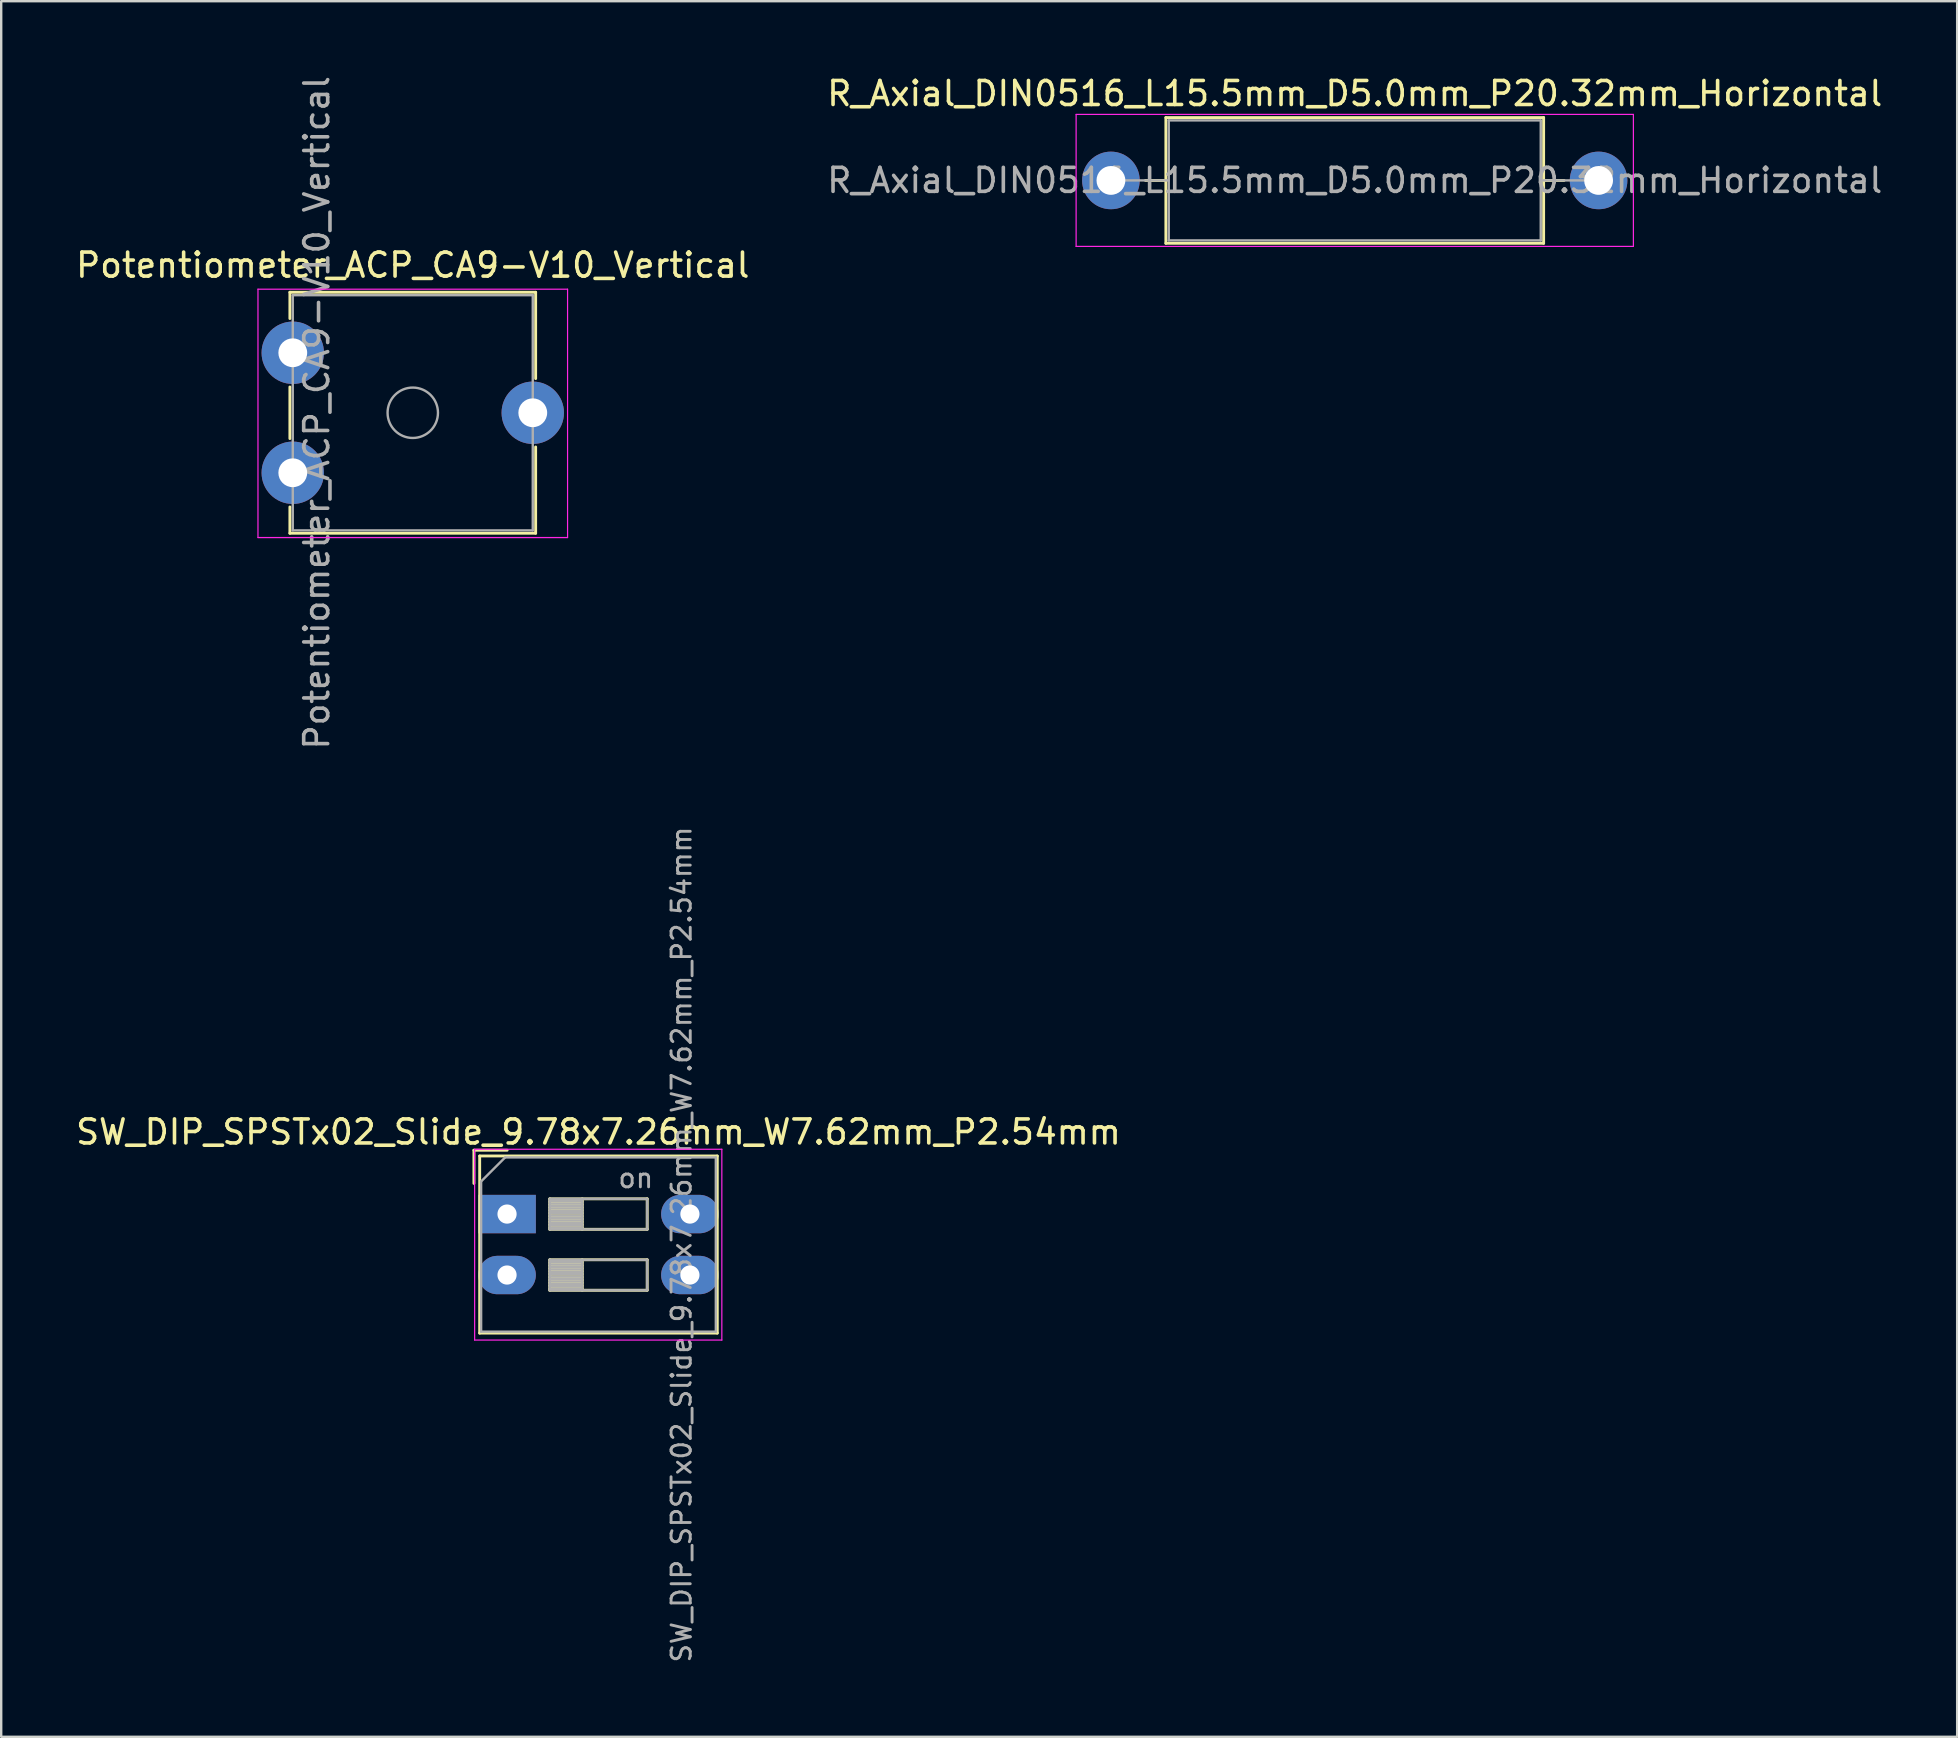
<source format=kicad_pcb>
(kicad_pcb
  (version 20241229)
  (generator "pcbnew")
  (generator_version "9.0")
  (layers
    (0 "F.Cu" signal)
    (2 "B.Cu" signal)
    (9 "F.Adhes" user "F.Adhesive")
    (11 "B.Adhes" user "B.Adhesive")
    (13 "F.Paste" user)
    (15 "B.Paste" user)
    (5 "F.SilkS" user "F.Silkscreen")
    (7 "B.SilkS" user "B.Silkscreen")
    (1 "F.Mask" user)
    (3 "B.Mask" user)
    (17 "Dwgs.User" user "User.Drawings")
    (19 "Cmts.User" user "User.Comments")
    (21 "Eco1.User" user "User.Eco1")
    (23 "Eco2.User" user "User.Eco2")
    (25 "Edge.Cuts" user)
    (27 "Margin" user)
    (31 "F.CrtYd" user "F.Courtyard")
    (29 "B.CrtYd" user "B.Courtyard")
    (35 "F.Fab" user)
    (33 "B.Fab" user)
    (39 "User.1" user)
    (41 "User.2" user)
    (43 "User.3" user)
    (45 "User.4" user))
  (footprint "R_Axial_DIN0516_L15.5mm_D5.0mm_P20.32mm_Horizontal"
    (layer "F.Cu")
    (at 43.239 4.468)
    (property "Reference" "R_Axial_DIN0516_L15.5mm_D5.0mm_P20.32mm_Horizontal" (at 10.16 -3.62 0) (layer "F.SilkS") (effects (font (size 1 1) (thickness 0.15))))
    (attr through_hole)
    (fp_line (start 1.44 0) (end 2.29 0) (stroke (width 0.12) (type solid)) (layer "F.SilkS"))
    (fp_line (start 2.29 -2.62) (end 2.29 2.62) (stroke (width 0.12) (type solid)) (layer "F.SilkS"))
    (fp_line (start 2.29 2.62) (end 18.03 2.62) (stroke (width 0.12) (type solid)) (layer "F.SilkS"))
    (fp_line (start 18.03 -2.62) (end 2.29 -2.62) (stroke (width 0.12) (type solid)) (layer "F.SilkS"))
    (fp_line (start 18.03 2.62) (end 18.03 -2.62) (stroke (width 0.12) (type solid)) (layer "F.SilkS"))
    (fp_line (start 18.88 0) (end 18.03 0) (stroke (width 0.12) (type solid)) (layer "F.SilkS"))
    (fp_line (start -1.45 -2.75) (end -1.45 2.75) (stroke (width 0.05) (type solid)) (layer "F.CrtYd"))
    (fp_line (start -1.45 2.75) (end 21.77 2.75) (stroke (width 0.05) (type solid)) (layer "F.CrtYd"))
    (fp_line (start 21.77 -2.75) (end -1.45 -2.75) (stroke (width 0.05) (type solid)) (layer "F.CrtYd"))
    (fp_line (start 21.77 2.75) (end 21.77 -2.75) (stroke (width 0.05) (type solid)) (layer "F.CrtYd"))
    (fp_line (start 0 0) (end 2.41 0) (stroke (width 0.1) (type solid)) (layer "F.Fab"))
    (fp_line (start 2.41 -2.5) (end 2.41 2.5) (stroke (width 0.1) (type solid)) (layer "F.Fab"))
    (fp_line (start 2.41 2.5) (end 17.91 2.5) (stroke (width 0.1) (type solid)) (layer "F.Fab"))
    (fp_line (start 17.91 -2.5) (end 2.41 -2.5) (stroke (width 0.1) (type solid)) (layer "F.Fab"))
    (fp_line (start 17.91 2.5) (end 17.91 -2.5) (stroke (width 0.1) (type solid)) (layer "F.Fab"))
    (fp_line (start 20.32 0) (end 17.91 0) (stroke (width 0.1) (type solid)) (layer "F.Fab"))
    (fp_text user "${REFERENCE}" (at 10.16 0 0) (layer "F.Fab") (effects (font (size 1 1) (thickness 0.15))))
    (pad "1" thru_hole circle (at 0 0) (size 2.4 2.4) (drill 1.2) (layers "*.Cu" "*.Mask"))
    (pad "2" thru_hole oval (at 20.32 0) (size 2.4 2.4) (drill 1.2) (layers "*.Cu" "*.Mask")))
  (footprint "SW_DIP_SPSTx02_Slide_9.78x7.26mm_W7.62mm_P2.54mm"
    (layer "F.Cu")
    (at 18.077 47.537)
    (property "Reference" "SW_DIP_SPSTx02_Slide_9.78x7.26mm_W7.62mm_P2.54mm" (at 3.81 -3.42 0) (layer "F.SilkS") (effects (font (size 1 1) (thickness 0.15))))
    (attr through_hole)
    (fp_line (start -1.38 -2.66) (end -1.38 -1.277) (stroke (width 0.12) (type solid)) (layer "F.SilkS"))
    (fp_line (start -1.38 -2.66) (end 0.004 -2.66) (stroke (width 0.12) (type solid)) (layer "F.SilkS"))
    (fp_line (start -1.14 -2.42) (end -1.14 4.96) (stroke (width 0.12) (type solid)) (layer "F.SilkS"))
    (fp_line (start -1.14 -2.42) (end 8.76 -2.42) (stroke (width 0.12) (type solid)) (layer "F.SilkS"))
    (fp_line (start -1.14 4.96) (end 8.76 4.96) (stroke (width 0.12) (type solid)) (layer "F.SilkS"))
    (fp_line (start 1.78 -0.635) (end 1.78 0.635) (stroke (width 0.12) (type solid)) (layer "F.SilkS"))
    (fp_line (start 1.78 -0.515) (end 3.133 -0.515) (stroke (width 0.12) (type solid)) (layer "F.SilkS"))
    (fp_line (start 1.78 -0.395) (end 3.133 -0.395) (stroke (width 0.12) (type solid)) (layer "F.SilkS"))
    (fp_line (start 1.78 -0.275) (end 3.133 -0.275) (stroke (width 0.12) (type solid)) (layer "F.SilkS"))
    (fp_line (start 1.78 -0.155) (end 3.133 -0.155) (stroke (width 0.12) (type solid)) (layer "F.SilkS"))
    (fp_line (start 1.78 -0.035) (end 3.133 -0.035) (stroke (width 0.12) (type solid)) (layer "F.SilkS"))
    (fp_line (start 1.78 0.085) (end 3.133 0.085) (stroke (width 0.12) (type solid)) (layer "F.SilkS"))
    (fp_line (start 1.78 0.205) (end 3.133 0.205) (stroke (width 0.12) (type solid)) (layer "F.SilkS"))
    (fp_line (start 1.78 0.325) (end 3.133 0.325) (stroke (width 0.12) (type solid)) (layer "F.SilkS"))
    (fp_line (start 1.78 0.445) (end 3.133 0.445) (stroke (width 0.12) (type solid)) (layer "F.SilkS"))
    (fp_line (start 1.78 0.565) (end 3.133 0.565) (stroke (width 0.12) (type solid)) (layer "F.SilkS"))
    (fp_line (start 1.78 0.635) (end 5.84 0.635) (stroke (width 0.12) (type solid)) (layer "F.SilkS"))
    (fp_line (start 1.78 1.905) (end 1.78 3.175) (stroke (width 0.12) (type solid)) (layer "F.SilkS"))
    (fp_line (start 1.78 2.025) (end 3.133 2.025) (stroke (width 0.12) (type solid)) (layer "F.SilkS"))
    (fp_line (start 1.78 2.145) (end 3.133 2.145) (stroke (width 0.12) (type solid)) (layer "F.SilkS"))
    (fp_line (start 1.78 2.265) (end 3.133 2.265) (stroke (width 0.12) (type solid)) (layer "F.SilkS"))
    (fp_line (start 1.78 2.385) (end 3.133 2.385) (stroke (width 0.12) (type solid)) (layer "F.SilkS"))
    (fp_line (start 1.78 2.505) (end 3.133 2.505) (stroke (width 0.12) (type solid)) (layer "F.SilkS"))
    (fp_line (start 1.78 2.625) (end 3.133 2.625) (stroke (width 0.12) (type solid)) (layer "F.SilkS"))
    (fp_line (start 1.78 2.745) (end 3.133 2.745) (stroke (width 0.12) (type solid)) (layer "F.SilkS"))
    (fp_line (start 1.78 2.865) (end 3.133 2.865) (stroke (width 0.12) (type solid)) (layer "F.SilkS"))
    (fp_line (start 1.78 2.985) (end 3.133 2.985) (stroke (width 0.12) (type solid)) (layer "F.SilkS"))
    (fp_line (start 1.78 3.105) (end 3.133 3.105) (stroke (width 0.12) (type solid)) (layer "F.SilkS"))
    (fp_line (start 1.78 3.175) (end 5.84 3.175) (stroke (width 0.12) (type solid)) (layer "F.SilkS"))
    (fp_line (start 3.133 -0.635) (end 3.133 0.635) (stroke (width 0.12) (type solid)) (layer "F.SilkS"))
    (fp_line (start 3.133 1.905) (end 3.133 3.175) (stroke (width 0.12) (type solid)) (layer "F.SilkS"))
    (fp_line (start 5.84 -0.635) (end 1.78 -0.635) (stroke (width 0.12) (type solid)) (layer "F.SilkS"))
    (fp_line (start 5.84 0.635) (end 5.84 -0.635) (stroke (width 0.12) (type solid)) (layer "F.SilkS"))
    (fp_line (start 5.84 1.905) (end 1.78 1.905) (stroke (width 0.12) (type solid)) (layer "F.SilkS"))
    (fp_line (start 5.84 3.175) (end 5.84 1.905) (stroke (width 0.12) (type solid)) (layer "F.SilkS"))
    (fp_line (start 8.76 -2.42) (end 8.76 4.96) (stroke (width 0.12) (type solid)) (layer "F.SilkS"))
    (fp_line (start -1.35 -2.7) (end -1.35 5.25) (stroke (width 0.05) (type solid)) (layer "F.CrtYd"))
    (fp_line (start -1.35 5.25) (end 8.95 5.25) (stroke (width 0.05) (type solid)) (layer "F.CrtYd"))
    (fp_line (start 8.95 -2.7) (end -1.35 -2.7) (stroke (width 0.05) (type solid)) (layer "F.CrtYd"))
    (fp_line (start 8.95 5.25) (end 8.95 -2.7) (stroke (width 0.05) (type solid)) (layer "F.CrtYd"))
    (fp_line (start -1.08 -1.36) (end -0.08 -2.36) (stroke (width 0.1) (type solid)) (layer "F.Fab"))
    (fp_line (start -1.08 4.9) (end -1.08 -1.36) (stroke (width 0.1) (type solid)) (layer "F.Fab"))
    (fp_line (start -0.08 -2.36) (end 8.7 -2.36) (stroke (width 0.1) (type solid)) (layer "F.Fab"))
    (fp_line (start 1.78 -0.635) (end 1.78 0.635) (stroke (width 0.1) (type solid)) (layer "F.Fab"))
    (fp_line (start 1.78 -0.535) (end 3.133 -0.535) (stroke (width 0.1) (type solid)) (layer "F.Fab"))
    (fp_line (start 1.78 -0.435) (end 3.133 -0.435) (stroke (width 0.1) (type solid)) (layer "F.Fab"))
    (fp_line (start 1.78 -0.335) (end 3.133 -0.335) (stroke (width 0.1) (type solid)) (layer "F.Fab"))
    (fp_line (start 1.78 -0.235) (end 3.133 -0.235) (stroke (width 0.1) (type solid)) (layer "F.Fab"))
    (fp_line (start 1.78 -0.135) (end 3.133 -0.135) (stroke (width 0.1) (type solid)) (layer "F.Fab"))
    (fp_line (start 1.78 -0.035) (end 3.133 -0.035) (stroke (width 0.1) (type solid)) (layer "F.Fab"))
    (fp_line (start 1.78 0.065) (end 3.133 0.065) (stroke (width 0.1) (type solid)) (layer "F.Fab"))
    (fp_line (start 1.78 0.165) (end 3.133 0.165) (stroke (width 0.1) (type solid)) (layer "F.Fab"))
    (fp_line (start 1.78 0.265) (end 3.133 0.265) (stroke (width 0.1) (type solid)) (layer "F.Fab"))
    (fp_line (start 1.78 0.365) (end 3.133 0.365) (stroke (width 0.1) (type solid)) (layer "F.Fab"))
    (fp_line (start 1.78 0.465) (end 3.133 0.465) (stroke (width 0.1) (type solid)) (layer "F.Fab"))
    (fp_line (start 1.78 0.565) (end 3.133 0.565) (stroke (width 0.1) (type solid)) (layer "F.Fab"))
    (fp_line (start 1.78 0.635) (end 5.84 0.635) (stroke (width 0.1) (type solid)) (layer "F.Fab"))
    (fp_line (start 1.78 1.905) (end 1.78 3.175) (stroke (width 0.1) (type solid)) (layer "F.Fab"))
    (fp_line (start 1.78 2.005) (end 3.133 2.005) (stroke (width 0.1) (type solid)) (layer "F.Fab"))
    (fp_line (start 1.78 2.105) (end 3.133 2.105) (stroke (width 0.1) (type solid)) (layer "F.Fab"))
    (fp_line (start 1.78 2.205) (end 3.133 2.205) (stroke (width 0.1) (type solid)) (layer "F.Fab"))
    (fp_line (start 1.78 2.305) (end 3.133 2.305) (stroke (width 0.1) (type solid)) (layer "F.Fab"))
    (fp_line (start 1.78 2.405) (end 3.133 2.405) (stroke (width 0.1) (type solid)) (layer "F.Fab"))
    (fp_line (start 1.78 2.505) (end 3.133 2.505) (stroke (width 0.1) (type solid)) (layer "F.Fab"))
    (fp_line (start 1.78 2.605) (end 3.133 2.605) (stroke (width 0.1) (type solid)) (layer "F.Fab"))
    (fp_line (start 1.78 2.705) (end 3.133 2.705) (stroke (width 0.1) (type solid)) (layer "F.Fab"))
    (fp_line (start 1.78 2.805) (end 3.133 2.805) (stroke (width 0.1) (type solid)) (layer "F.Fab"))
    (fp_line (start 1.78 2.905) (end 3.133 2.905) (stroke (width 0.1) (type solid)) (layer "F.Fab"))
    (fp_line (start 1.78 3.005) (end 3.133 3.005) (stroke (width 0.1) (type solid)) (layer "F.Fab"))
    (fp_line (start 1.78 3.105) (end 3.133 3.105) (stroke (width 0.1) (type solid)) (layer "F.Fab"))
    (fp_line (start 1.78 3.175) (end 5.84 3.175) (stroke (width 0.1) (type solid)) (layer "F.Fab"))
    (fp_line (start 3.133 -0.635) (end 3.133 0.635) (stroke (width 0.1) (type solid)) (layer "F.Fab"))
    (fp_line (start 3.133 1.905) (end 3.133 3.175) (stroke (width 0.1) (type solid)) (layer "F.Fab"))
    (fp_line (start 5.84 -0.635) (end 1.78 -0.635) (stroke (width 0.1) (type solid)) (layer "F.Fab"))
    (fp_line (start 5.84 0.635) (end 5.84 -0.635) (stroke (width 0.1) (type solid)) (layer "F.Fab"))
    (fp_line (start 5.84 1.905) (end 1.78 1.905) (stroke (width 0.1) (type solid)) (layer "F.Fab"))
    (fp_line (start 5.84 3.175) (end 5.84 1.905) (stroke (width 0.1) (type solid)) (layer "F.Fab"))
    (fp_line (start 8.7 -2.36) (end 8.7 4.9) (stroke (width 0.1) (type solid)) (layer "F.Fab"))
    (fp_line (start 8.7 4.9) (end -1.08 4.9) (stroke (width 0.1) (type solid)) (layer "F.Fab"))
    (fp_text user "on" (at 5.365 -1.498 0) (layer "F.Fab") (effects (font (size 0.8 0.8) (thickness 0.12))))
    (fp_text user "${REFERENCE}" (at 7.27 1.27 90) (layer "F.Fab") (effects (font (size 0.8 0.8) (thickness 0.12))))
    (pad "1" thru_hole rect (at 0 0) (size 2.4 1.6) (drill 0.8) (layers "*.Cu" "*.Mask"))
    (pad "2" thru_hole oval (at 0 2.54) (size 2.4 1.6) (drill 0.8) (layers "*.Cu" "*.Mask"))
    (pad "3" thru_hole oval (at 7.62 2.54) (size 2.4 1.6) (drill 0.8) (layers "*.Cu" "*.Mask"))
    (pad "4" thru_hole oval (at 7.62 0) (size 2.4 1.6) (drill 0.8) (layers "*.Cu" "*.Mask")))
  (footprint "Potentiometer_ACP_CA9-V10_Vertical"
    (layer "F.Cu")
    (at 9.149 16.649)
    (property "Reference" "Potentiometer_ACP_CA9-V10_Vertical" (at 5 -8.65 0) (layer "F.SilkS") (effects (font (size 1 1) (thickness 0.15))))
    (attr through_hole)
    (fp_line (start -0.12 -7.521) (end -0.12 -6.426) (stroke (width 0.12) (type solid)) (layer "F.SilkS"))
    (fp_line (start -0.12 -7.521) (end 10.12 -7.521) (stroke (width 0.12) (type solid)) (layer "F.SilkS"))
    (fp_line (start -0.12 -3.574) (end -0.12 -1.425) (stroke (width 0.12) (type solid)) (layer "F.SilkS"))
    (fp_line (start -0.12 1.425) (end -0.12 2.52) (stroke (width 0.12) (type solid)) (layer "F.SilkS"))
    (fp_line (start -0.12 2.52) (end 10.12 2.52) (stroke (width 0.12) (type solid)) (layer "F.SilkS"))
    (fp_line (start 10.12 -7.521) (end 10.12 -3.925) (stroke (width 0.12) (type solid)) (layer "F.SilkS"))
    (fp_line (start 10.12 -1.075) (end 10.12 2.52) (stroke (width 0.12) (type solid)) (layer "F.SilkS"))
    (fp_line (start -1.45 -7.65) (end -1.45 2.7) (stroke (width 0.05) (type solid)) (layer "F.CrtYd"))
    (fp_line (start -1.45 2.7) (end 11.45 2.7) (stroke (width 0.05) (type solid)) (layer "F.CrtYd"))
    (fp_line (start 11.45 -7.65) (end -1.45 -7.65) (stroke (width 0.05) (type solid)) (layer "F.CrtYd"))
    (fp_line (start 11.45 2.7) (end 11.45 -7.65) (stroke (width 0.05) (type solid)) (layer "F.CrtYd"))
    (fp_line (start 0 -7.4) (end 0 2.4) (stroke (width 0.1) (type solid)) (layer "F.Fab"))
    (fp_line (start 0 2.4) (end 10 2.4) (stroke (width 0.1) (type solid)) (layer "F.Fab"))
    (fp_line (start 10 -7.4) (end 0 -7.4) (stroke (width 0.1) (type solid)) (layer "F.Fab"))
    (fp_line (start 10 2.4) (end 10 -7.4) (stroke (width 0.1) (type solid)) (layer "F.Fab"))
    (fp_circle (center 5 -2.5) (end 6.05 -2.5) (stroke (width 0.1) (type solid)) (fill no) (layer "F.Fab"))
    (fp_text user "${REFERENCE}" (at 1 -2.5 90) (layer "F.Fab") (effects (font (size 1 1) (thickness 0.15))))
    (pad "1" thru_hole circle (at 0 0) (size 2.6 2.6) (drill 1.2) (layers "*.Cu" "*.Mask"))
    (pad "2" thru_hole circle (at 10 -2.5) (size 2.6 2.6) (drill 1.2) (layers "*.Cu" "*.Mask"))
    (pad "3" thru_hole circle (at 0 -5) (size 2.6 2.6) (drill 1.2) (layers "*.Cu" "*.Mask")))
  (gr_rect
    (start -3 -3)
    (end 78.5 69.317)
    (stroke (width 0.1) (type default))
    (fill no)
    (layer "Edge.Cuts")))
</source>
